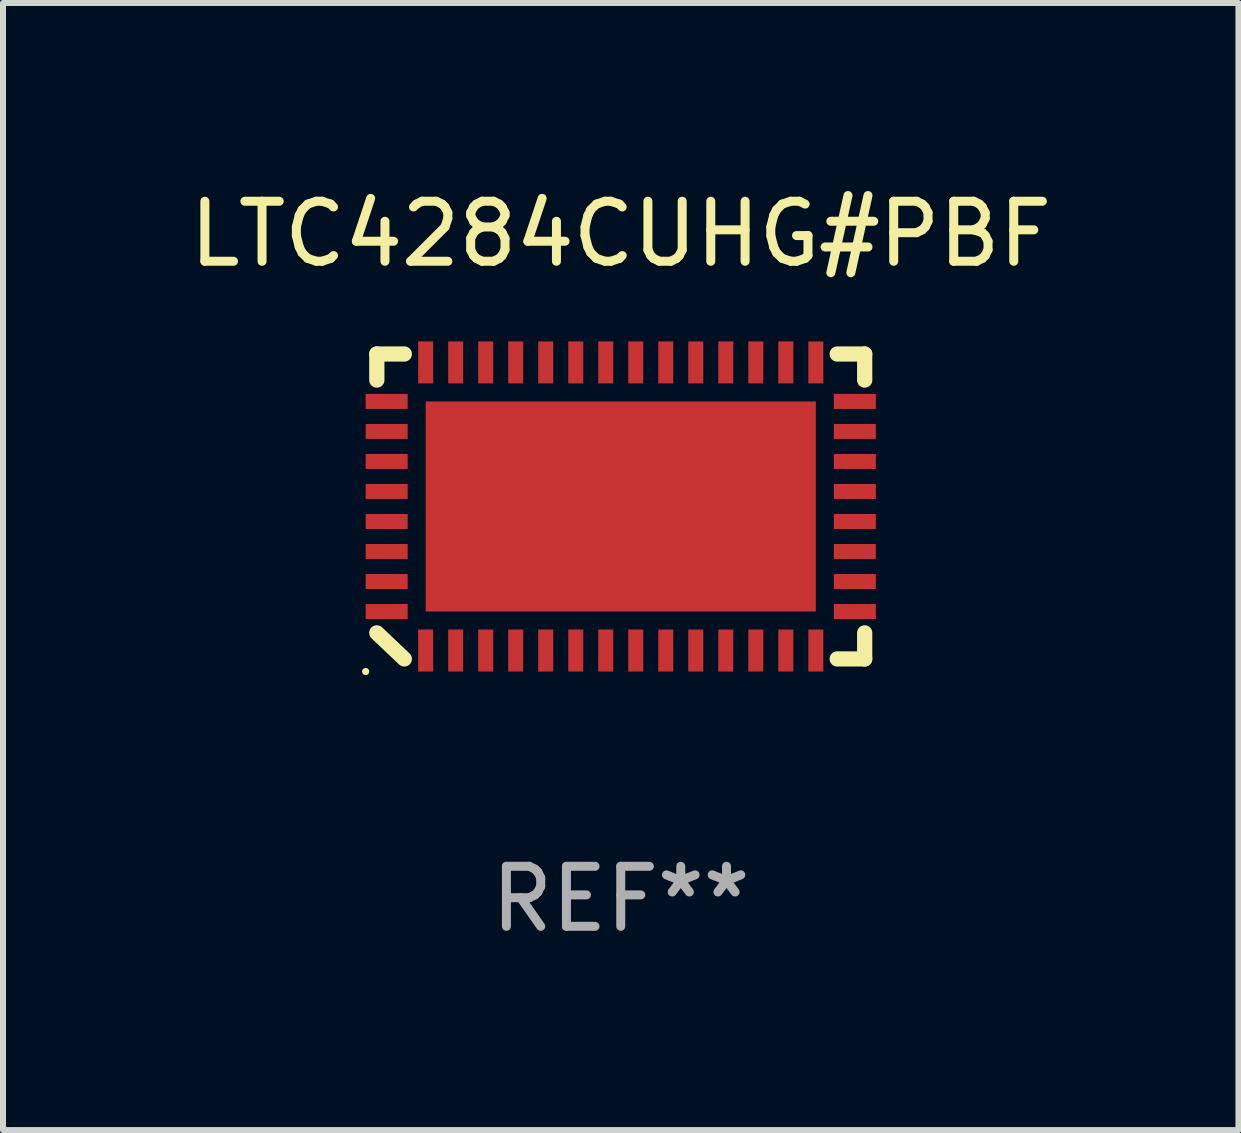
<source format=kicad_pcb>
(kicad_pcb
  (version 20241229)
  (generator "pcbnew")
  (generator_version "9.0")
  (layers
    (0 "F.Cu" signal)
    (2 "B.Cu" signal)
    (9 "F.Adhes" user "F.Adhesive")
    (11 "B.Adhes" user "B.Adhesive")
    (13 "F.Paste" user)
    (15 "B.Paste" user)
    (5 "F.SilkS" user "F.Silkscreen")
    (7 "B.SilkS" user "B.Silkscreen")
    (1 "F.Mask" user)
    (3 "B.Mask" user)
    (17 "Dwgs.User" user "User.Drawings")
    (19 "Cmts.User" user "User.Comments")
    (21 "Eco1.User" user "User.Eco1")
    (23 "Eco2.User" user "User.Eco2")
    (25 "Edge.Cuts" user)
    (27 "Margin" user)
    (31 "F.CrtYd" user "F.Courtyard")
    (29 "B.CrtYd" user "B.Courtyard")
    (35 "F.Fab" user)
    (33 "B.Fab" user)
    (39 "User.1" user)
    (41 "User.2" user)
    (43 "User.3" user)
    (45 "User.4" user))
  (footprint "LTC4284CUHG#PBF"
    (layer "F.Cu")
    (at 7.292 5.388)
    (property "Reference" "LTC4284CUHG#PBF" (at 0 -4.54 0) (layer "F.SilkS") (effects (font (size 1 1) (thickness 0.15))))
    (attr through_hole)
    (fp_line (start -4.064 -2.54) (end -3.606 -2.54) (stroke (width 0.254) (type solid)) (layer "F.SilkS"))
    (fp_line (start -4.064 -2.106) (end -4.064 -2.54) (stroke (width 0.254) (type solid)) (layer "F.SilkS"))
    (fp_line (start -3.606 2.54) (end -4.064 2.106) (stroke (width 0.254) (type solid)) (layer "F.SilkS"))
    (fp_line (start 3.606 -2.54) (end 4.064 -2.54) (stroke (width 0.254) (type solid)) (layer "F.SilkS"))
    (fp_line (start 4.064 -2.54) (end 4.064 -2.106) (stroke (width 0.254) (type solid)) (layer "F.SilkS"))
    (fp_line (start 4.064 2.106) (end 4.064 2.54) (stroke (width 0.254) (type solid)) (layer "F.SilkS"))
    (fp_line (start 4.064 2.54) (end 3.606 2.54) (stroke (width 0.254) (type solid)) (layer "F.SilkS"))
    (fp_circle (center -4.25 2.75) (end -4.22 2.75) (stroke (width 0.06) (type solid)) (fill no) (layer "F.SilkS"))
    (fp_text user "REF**" (at 0 6.54 0) (layer "F.Fab") (effects (font (size 1 1) (thickness 0.15))))
    (pad "1" smd rect (at -3.25 2.4) (size 0.25 0.7) (layers "F.Cu" "F.Mask" "F.Paste"))
    (pad "2" smd rect (at -2.75 2.4) (size 0.25 0.7) (layers "F.Cu" "F.Mask" "F.Paste"))
    (pad "3" smd rect (at -2.25 2.4) (size 0.25 0.7) (layers "F.Cu" "F.Mask" "F.Paste"))
    (pad "4" smd rect (at -1.75 2.4) (size 0.25 0.7) (layers "F.Cu" "F.Mask" "F.Paste"))
    (pad "5" smd rect (at -1.25 2.4) (size 0.25 0.7) (layers "F.Cu" "F.Mask" "F.Paste"))
    (pad "6" smd rect (at -0.75 2.4) (size 0.25 0.7) (layers "F.Cu" "F.Mask" "F.Paste"))
    (pad "7" smd rect (at -0.25 2.4) (size 0.25 0.7) (layers "F.Cu" "F.Mask" "F.Paste"))
    (pad "8" smd rect (at 0.25 2.4) (size 0.25 0.7) (layers "F.Cu" "F.Mask" "F.Paste"))
    (pad "9" smd rect (at 0.75 2.4) (size 0.25 0.7) (layers "F.Cu" "F.Mask" "F.Paste"))
    (pad "10" smd rect (at 1.25 2.4) (size 0.25 0.7) (layers "F.Cu" "F.Mask" "F.Paste"))
    (pad "11" smd rect (at 1.75 2.4) (size 0.25 0.7) (layers "F.Cu" "F.Mask" "F.Paste"))
    (pad "12" smd rect (at 2.25 2.4) (size 0.25 0.7) (layers "F.Cu" "F.Mask" "F.Paste"))
    (pad "13" smd rect (at 2.75 2.4) (size 0.25 0.7) (layers "F.Cu" "F.Mask" "F.Paste"))
    (pad "14" smd rect (at 3.25 2.4) (size 0.25 0.7) (layers "F.Cu" "F.Mask" "F.Paste"))
    (pad "15" smd rect (at 3.9 1.75 270) (size 0.25 0.7) (layers "F.Cu" "F.Mask" "F.Paste"))
    (pad "16" smd rect (at 3.9 1.25 270) (size 0.25 0.7) (layers "F.Cu" "F.Mask" "F.Paste"))
    (pad "17" smd rect (at 3.9 0.75 270) (size 0.25 0.7) (layers "F.Cu" "F.Mask" "F.Paste"))
    (pad "18" smd rect (at 3.9 0.25 270) (size 0.25 0.7) (layers "F.Cu" "F.Mask" "F.Paste"))
    (pad "19" smd rect (at 3.9 -0.25 270) (size 0.25 0.7) (layers "F.Cu" "F.Mask" "F.Paste"))
    (pad "20" smd rect (at 3.9 -0.75 270) (size 0.25 0.7) (layers "F.Cu" "F.Mask" "F.Paste"))
    (pad "21" smd rect (at 3.9 -1.25 270) (size 0.25 0.7) (layers "F.Cu" "F.Mask" "F.Paste"))
    (pad "22" smd rect (at 3.9 -1.75 270) (size 0.25 0.7) (layers "F.Cu" "F.Mask" "F.Paste"))
    (pad "23" smd rect (at 3.25 -2.4) (size 0.25 0.7) (layers "F.Cu" "F.Mask" "F.Paste"))
    (pad "24" smd rect (at 2.75 -2.4) (size 0.25 0.7) (layers "F.Cu" "F.Mask" "F.Paste"))
    (pad "25" smd rect (at 2.25 -2.4) (size 0.25 0.7) (layers "F.Cu" "F.Mask" "F.Paste"))
    (pad "26" smd rect (at 1.75 -2.4) (size 0.25 0.7) (layers "F.Cu" "F.Mask" "F.Paste"))
    (pad "27" smd rect (at 1.25 -2.4) (size 0.25 0.7) (layers "F.Cu" "F.Mask" "F.Paste"))
    (pad "28" smd rect (at 0.75 -2.4) (size 0.25 0.7) (layers "F.Cu" "F.Mask" "F.Paste"))
    (pad "29" smd rect (at 0.25 -2.4) (size 0.25 0.7) (layers "F.Cu" "F.Mask" "F.Paste"))
    (pad "30" smd rect (at -0.25 -2.4) (size 0.25 0.7) (layers "F.Cu" "F.Mask" "F.Paste"))
    (pad "31" smd rect (at -0.75 -2.4) (size 0.25 0.7) (layers "F.Cu" "F.Mask" "F.Paste"))
    (pad "32" smd rect (at -1.25 -2.4) (size 0.25 0.7) (layers "F.Cu" "F.Mask" "F.Paste"))
    (pad "33" smd rect (at -1.75 -2.4) (size 0.25 0.7) (layers "F.Cu" "F.Mask" "F.Paste"))
    (pad "34" smd rect (at -2.25 -2.4) (size 0.25 0.7) (layers "F.Cu" "F.Mask" "F.Paste"))
    (pad "35" smd rect (at -2.75 -2.4) (size 0.25 0.7) (layers "F.Cu" "F.Mask" "F.Paste"))
    (pad "36" smd rect (at -3.25 -2.4) (size 0.25 0.7) (layers "F.Cu" "F.Mask" "F.Paste"))
    (pad "37" smd rect (at -3.9 -1.75 270) (size 0.25 0.7) (layers "F.Cu" "F.Mask" "F.Paste"))
    (pad "38" smd rect (at -3.9 -1.25 270) (size 0.25 0.7) (layers "F.Cu" "F.Mask" "F.Paste"))
    (pad "39" smd rect (at -3.9 -0.75 270) (size 0.25 0.7) (layers "F.Cu" "F.Mask" "F.Paste"))
    (pad "40" smd rect (at -3.9 -0.25 270) (size 0.25 0.7) (layers "F.Cu" "F.Mask" "F.Paste"))
    (pad "41" smd rect (at -3.9 0.25 270) (size 0.25 0.7) (layers "F.Cu" "F.Mask" "F.Paste"))
    (pad "42" smd rect (at -3.9 0.75 270) (size 0.25 0.7) (layers "F.Cu" "F.Mask" "F.Paste"))
    (pad "43" smd rect (at -3.9 1.25 270) (size 0.25 0.7) (layers "F.Cu" "F.Mask" "F.Paste"))
    (pad "44" smd rect (at -3.9 1.75 270) (size 0.25 0.7) (layers "F.Cu" "F.Mask" "F.Paste"))
    (pad "45" smd rect (at 0 0 270) (size 3.5 6.5) (layers "F.Cu" "F.Mask" "F.Paste")))
  (gr_rect
    (start -3 -3)
    (end 17.583 15.777)
    (stroke (width 0.1) (type default))
    (fill no)
    (layer "Edge.Cuts")))
</source>
